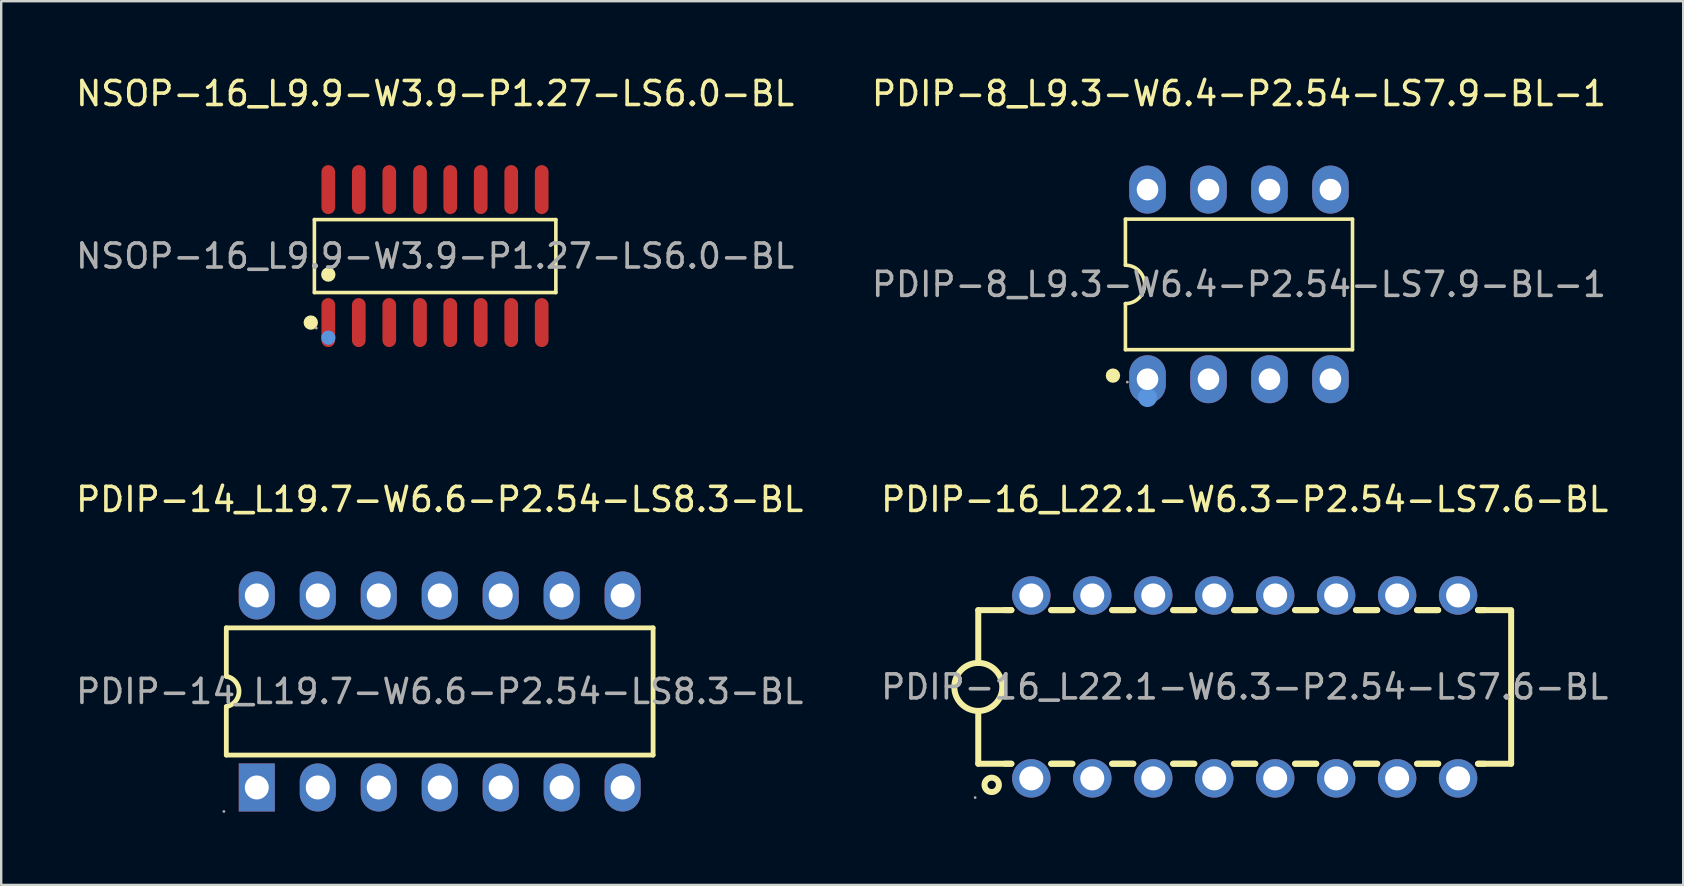
<source format=kicad_pcb>
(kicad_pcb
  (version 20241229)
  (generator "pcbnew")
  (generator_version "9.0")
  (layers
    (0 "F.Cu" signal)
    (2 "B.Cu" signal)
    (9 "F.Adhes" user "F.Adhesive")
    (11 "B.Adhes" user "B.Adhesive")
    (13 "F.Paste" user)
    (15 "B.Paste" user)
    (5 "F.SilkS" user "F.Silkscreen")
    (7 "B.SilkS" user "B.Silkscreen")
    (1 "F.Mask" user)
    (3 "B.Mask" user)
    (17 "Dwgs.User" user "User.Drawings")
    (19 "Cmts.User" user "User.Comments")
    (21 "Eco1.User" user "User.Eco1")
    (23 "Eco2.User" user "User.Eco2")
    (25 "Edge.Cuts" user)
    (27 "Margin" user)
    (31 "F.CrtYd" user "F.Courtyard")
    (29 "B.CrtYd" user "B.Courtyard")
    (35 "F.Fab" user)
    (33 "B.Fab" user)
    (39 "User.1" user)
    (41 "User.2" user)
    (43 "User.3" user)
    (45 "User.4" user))
  (footprint "PDIP-14_L19.7-W6.6-P2.54-LS8.3-BL"
    (layer "F.Cu")
    (at 15.268 25.756)
    (property "Reference" "PDIP-14_L19.7-W6.6-P2.54-LS8.3-BL" (at 0 -8 0) (layer "F.SilkS") (effects (font (size 1 1) (thickness 0.15))))
    (attr through_hole)
    (fp_line (start -8.89 -2.65) (end -8.89 -0.63) (stroke (width 0.2) (type solid)) (layer "F.SilkS"))
    (fp_line (start -8.89 0.63) (end -8.89 2.65) (stroke (width 0.2) (type solid)) (layer "F.SilkS"))
    (fp_line (start -8.89 2.65) (end 8.89 2.65) (stroke (width 0.2) (type solid)) (layer "F.SilkS"))
    (fp_line (start 8.89 -2.65) (end -8.89 -2.65) (stroke (width 0.2) (type solid)) (layer "F.SilkS"))
    (fp_line (start 8.89 2.65) (end 8.89 -2.65) (stroke (width 0.2) (type solid)) (layer "F.SilkS"))
    (fp_arc (start -8.89 -0.63) (mid -8.360474 -0.002632) (end -8.884818 0.629073) (stroke (width 0.2) (type solid)) (layer "F.SilkS"))
    (fp_circle (center -8.99 5) (end -8.96 5) (stroke (width 0.06) (type solid)) (fill no) (layer "F.Fab"))
    (fp_circle (center -7.62 -4) (end -7.42 -4) (stroke (width 0.4) (type solid)) (fill no) (layer "F.Fab"))
    (fp_circle (center -7.62 4) (end -7.42 4) (stroke (width 0.4) (type solid)) (fill no) (layer "F.Fab"))
    (fp_circle (center -5.08 -4) (end -4.88 -4) (stroke (width 0.4) (type solid)) (fill no) (layer "F.Fab"))
    (fp_circle (center -5.08 4) (end -4.88 4) (stroke (width 0.4) (type solid)) (fill no) (layer "F.Fab"))
    (fp_circle (center -2.54 -4) (end -2.34 -4) (stroke (width 0.4) (type solid)) (fill no) (layer "F.Fab"))
    (fp_circle (center -2.54 4) (end -2.34 4) (stroke (width 0.4) (type solid)) (fill no) (layer "F.Fab"))
    (fp_circle (center 0 -4) (end 0.2 -4) (stroke (width 0.4) (type solid)) (fill no) (layer "F.Fab"))
    (fp_circle (center 0 4) (end 0.2 4) (stroke (width 0.4) (type solid)) (fill no) (layer "F.Fab"))
    (fp_circle (center 2.54 -4) (end 2.74 -4) (stroke (width 0.4) (type solid)) (fill no) (layer "F.Fab"))
    (fp_circle (center 2.54 4) (end 2.74 4) (stroke (width 0.4) (type solid)) (fill no) (layer "F.Fab"))
    (fp_circle (center 5.08 -4) (end 5.28 -4) (stroke (width 0.4) (type solid)) (fill no) (layer "F.Fab"))
    (fp_circle (center 5.08 4) (end 5.28 4) (stroke (width 0.4) (type solid)) (fill no) (layer "F.Fab"))
    (fp_circle (center 7.62 -4) (end 7.82 -4) (stroke (width 0.4) (type solid)) (fill no) (layer "F.Fab"))
    (fp_circle (center 7.62 4) (end 7.82 4) (stroke (width 0.4) (type solid)) (fill no) (layer "F.Fab"))
    (fp_text user "${REFERENCE}" (at 0 0 0) (layer "F.Fab") (effects (font (size 1 1) (thickness 0.15))))
    (pad "1" thru_hole rect (at -7.62 4 90) (size 2 1.5) (drill 1) (layers "*.Cu" "*.Paste" "*.Mask"))
    (pad "2" thru_hole oval (at -5.08 4 90) (size 2 1.5) (drill 1) (layers "*.Cu" "*.Paste" "*.Mask"))
    (pad "3" thru_hole oval (at -2.54 4 90) (size 2 1.5) (drill 1) (layers "*.Cu" "*.Paste" "*.Mask"))
    (pad "4" thru_hole oval (at 0 4 90) (size 2 1.5) (drill 1) (layers "*.Cu" "*.Paste" "*.Mask"))
    (pad "5" thru_hole oval (at 2.54 4 90) (size 2 1.5) (drill 1) (layers "*.Cu" "*.Paste" "*.Mask"))
    (pad "6" thru_hole oval (at 5.08 4 90) (size 2 1.5) (drill 1) (layers "*.Cu" "*.Paste" "*.Mask"))
    (pad "7" thru_hole oval (at 7.62 4 90) (size 2 1.5) (drill 1) (layers "*.Cu" "*.Paste" "*.Mask"))
    (pad "8" thru_hole oval (at 7.62 -4 90) (size 2 1.5) (drill 1) (layers "*.Cu" "*.Paste" "*.Mask"))
    (pad "9" thru_hole oval (at 5.08 -4 90) (size 2 1.5) (drill 1) (layers "*.Cu" "*.Paste" "*.Mask"))
    (pad "10" thru_hole oval (at 2.54 -4 90) (size 2 1.5) (drill 1) (layers "*.Cu" "*.Paste" "*.Mask"))
    (pad "11" thru_hole oval (at 0 -4 90) (size 2 1.5) (drill 1) (layers "*.Cu" "*.Paste" "*.Mask"))
    (pad "12" thru_hole oval (at -2.54 -4 90) (size 2 1.5) (drill 1) (layers "*.Cu" "*.Paste" "*.Mask"))
    (pad "13" thru_hole oval (at -5.08 -4 90) (size 2 1.5) (drill 1) (layers "*.Cu" "*.Paste" "*.Mask"))
    (pad "14" thru_hole oval (at -7.62 -4 90) (size 2 1.5) (drill 1) (layers "*.Cu" "*.Paste" "*.Mask")))
  (footprint "PDIP-8_L9.3-W6.4-P2.54-LS7.9-BL-1"
    (layer "F.Cu")
    (at 48.565 8.798)
    (property "Reference" "PDIP-8_L9.3-W6.4-P2.54-LS7.9-BL-1" (at 0 -7.95 0) (layer "F.SilkS") (effects (font (size 1 1) (thickness 0.15))))
    (attr through_hole)
    (fp_line (start -4.73 -2.72) (end -4.73 -0.8) (stroke (width 0.15) (type solid)) (layer "F.SilkS"))
    (fp_line (start -4.73 0.8) (end -4.73 2.72) (stroke (width 0.15) (type solid)) (layer "F.SilkS"))
    (fp_line (start -4.73 2.72) (end 4.73 2.72) (stroke (width 0.15) (type solid)) (layer "F.SilkS"))
    (fp_line (start 4.73 -2.72) (end -4.73 -2.72) (stroke (width 0.15) (type solid)) (layer "F.SilkS"))
    (fp_line (start 4.73 2.72) (end 4.73 -2.72) (stroke (width 0.15) (type solid)) (layer "F.SilkS"))
    (fp_arc (start -4.73 -0.8) (mid -3.93 0) (end -4.73 0.8) (stroke (width 0.15) (type solid)) (layer "F.SilkS"))
    (fp_circle (center -5.25 3.8) (end -5.1 3.8) (stroke (width 0.3) (type solid)) (fill no) (layer "F.SilkS"))
    (fp_circle (center -3.81 4.71) (end -3.61 4.71) (stroke (width 0.4) (type solid)) (fill no) (layer "Cmts.User"))
    (fp_circle (center -4.65 4.07) (end -4.62 4.07) (stroke (width 0.06) (type solid)) (fill no) (layer "F.Fab"))
    (fp_text user "${REFERENCE}" (at 0 0 0) (layer "F.Fab") (effects (font (size 1 1) (thickness 0.15))))
    (pad "1" thru_hole oval (at -3.81 3.95) (size 1.52 2) (drill 0.9) (layers "*.Cu" "*.Paste" "*.Mask"))
    (pad "2" thru_hole oval (at -1.27 3.95) (size 1.52 2) (drill 0.9) (layers "*.Cu" "*.Paste" "*.Mask"))
    (pad "3" thru_hole oval (at 1.27 3.95) (size 1.52 2) (drill 0.9) (layers "*.Cu" "*.Paste" "*.Mask"))
    (pad "4" thru_hole oval (at 3.81 3.95) (size 1.52 2) (drill 0.9) (layers "*.Cu" "*.Paste" "*.Mask"))
    (pad "5" thru_hole oval (at 3.81 -3.95) (size 1.52 2) (drill 0.9) (layers "*.Cu" "*.Paste" "*.Mask"))
    (pad "6" thru_hole oval (at 1.27 -3.95) (size 1.52 2) (drill 0.9) (layers "*.Cu" "*.Paste" "*.Mask"))
    (pad "7" thru_hole oval (at -1.27 -3.95) (size 1.52 2) (drill 0.9) (layers "*.Cu" "*.Paste" "*.Mask"))
    (pad "8" thru_hole oval (at -3.81 -3.95) (size 1.52 2) (drill 0.9) (layers "*.Cu" "*.Paste" "*.Mask")))
  (footprint "NSOP-16_L9.9-W3.9-P1.27-LS6.0-BL"
    (layer "F.Cu")
    (at 15.077 7.618)
    (property "Reference" "NSOP-16_L9.9-W3.9-P1.27-LS6.0-BL" (at 0 -6.77 0) (layer "F.SilkS") (effects (font (size 1 1) (thickness 0.15))))
    (attr through_hole)
    (fp_line (start -5.03 -1.52) (end 5.03 -1.52) (stroke (width 0.15) (type solid)) (layer "F.SilkS"))
    (fp_line (start -5.03 1.52) (end -5.03 -1.52) (stroke (width 0.15) (type solid)) (layer "F.SilkS"))
    (fp_line (start 5.03 -1.52) (end 5.03 1.52) (stroke (width 0.15) (type solid)) (layer "F.SilkS"))
    (fp_line (start 5.03 1.52) (end -5.03 1.52) (stroke (width 0.15) (type solid)) (layer "F.SilkS"))
    (fp_circle (center -5.18 2.77) (end -5.03 2.77) (stroke (width 0.3) (type solid)) (fill no) (layer "F.SilkS"))
    (fp_circle (center -4.45 0.77) (end -4.3 0.77) (stroke (width 0.3) (type solid)) (fill no) (layer "F.SilkS"))
    (fp_circle (center -4.45 3.4) (end -4.3 3.4) (stroke (width 0.3) (type solid)) (fill no) (layer "Cmts.User"))
    (fp_circle (center -4.95 3) (end -4.92 3) (stroke (width 0.06) (type solid)) (fill no) (layer "F.Fab"))
    (fp_text user "${REFERENCE}" (at 0 0 0) (layer "F.Fab") (effects (font (size 1 1) (thickness 0.15))))
    (pad "1" smd oval (at -4.45 2.77) (size 0.57 2.04) (layers "F.Cu" "F.Mask" "F.Paste"))
    (pad "2" smd oval (at -3.18 2.77) (size 0.57 2.04) (layers "F.Cu" "F.Mask" "F.Paste"))
    (pad "3" smd oval (at -1.91 2.77) (size 0.57 2.04) (layers "F.Cu" "F.Mask" "F.Paste"))
    (pad "4" smd oval (at -0.63 2.77) (size 0.57 2.04) (layers "F.Cu" "F.Mask" "F.Paste"))
    (pad "5" smd oval (at 0.63 2.77) (size 0.57 2.04) (layers "F.Cu" "F.Mask" "F.Paste"))
    (pad "6" smd oval (at 1.9 2.77) (size 0.57 2.04) (layers "F.Cu" "F.Mask" "F.Paste"))
    (pad "7" smd oval (at 3.17 2.77) (size 0.57 2.04) (layers "F.Cu" "F.Mask" "F.Paste"))
    (pad "8" smd oval (at 4.44 2.77) (size 0.57 2.04) (layers "F.Cu" "F.Mask" "F.Paste"))
    (pad "9" smd oval (at 4.44 -2.77) (size 0.57 2.04) (layers "F.Cu" "F.Mask" "F.Paste"))
    (pad "10" smd oval (at 3.17 -2.77) (size 0.57 2.04) (layers "F.Cu" "F.Mask" "F.Paste"))
    (pad "11" smd oval (at 1.9 -2.77) (size 0.57 2.04) (layers "F.Cu" "F.Mask" "F.Paste"))
    (pad "12" smd oval (at 0.63 -2.77) (size 0.57 2.04) (layers "F.Cu" "F.Mask" "F.Paste"))
    (pad "13" smd oval (at -0.63 -2.77) (size 0.57 2.04) (layers "F.Cu" "F.Mask" "F.Paste"))
    (pad "14" smd oval (at -1.91 -2.77) (size 0.57 2.04) (layers "F.Cu" "F.Mask" "F.Paste"))
    (pad "15" smd oval (at -3.18 -2.77) (size 0.57 2.04) (layers "F.Cu" "F.Mask" "F.Paste"))
    (pad "16" smd oval (at -4.45 -2.77) (size 0.57 2.04) (layers "F.Cu" "F.Mask" "F.Paste")))
  (footprint "PDIP-16_L22.1-W6.3-P2.54-LS7.6-BL"
    (layer "F.Cu")
    (at 48.804 25.567)
    (property "Reference" "PDIP-16_L22.1-W6.3-P2.54-LS7.6-BL" (at 0 -7.81 0) (layer "F.SilkS") (effects (font (size 1 1) (thickness 0.15))))
    (attr through_hole)
    (fp_line (start -11.1 -3.2) (end -9.72 -3.2) (stroke (width 0.25) (type solid)) (layer "F.SilkS"))
    (fp_line (start -11.1 -1) (end -11.1 -3.2) (stroke (width 0.25) (type solid)) (layer "F.SilkS"))
    (fp_line (start -11.1 3.2) (end -11.1 1) (stroke (width 0.25) (type solid)) (layer "F.SilkS"))
    (fp_line (start -11.1 3.2) (end -9.72 3.2) (stroke (width 0.25) (type solid)) (layer "F.SilkS"))
    (fp_line (start -10 -3.2) (end -9.72 -3.2) (stroke (width 0.25) (type solid)) (layer "F.SilkS"))
    (fp_line (start -10 3.2) (end -9.72 3.2) (stroke (width 0.25) (type solid)) (layer "F.SilkS"))
    (fp_line (start -8.06 -3.2) (end -7.18 -3.2) (stroke (width 0.25) (type solid)) (layer "F.SilkS"))
    (fp_line (start -8.06 -3.2) (end -7.18 -3.2) (stroke (width 0.25) (type solid)) (layer "F.SilkS"))
    (fp_line (start -8.06 3.2) (end -7.18 3.2) (stroke (width 0.25) (type solid)) (layer "F.SilkS"))
    (fp_line (start -8.06 3.2) (end -7.18 3.2) (stroke (width 0.25) (type solid)) (layer "F.SilkS"))
    (fp_line (start -5.52 -3.2) (end -4.64 -3.2) (stroke (width 0.25) (type solid)) (layer "F.SilkS"))
    (fp_line (start -5.52 -3.2) (end -4.64 -3.2) (stroke (width 0.25) (type solid)) (layer "F.SilkS"))
    (fp_line (start -5.52 3.2) (end -4.64 3.2) (stroke (width 0.25) (type solid)) (layer "F.SilkS"))
    (fp_line (start -5.52 3.2) (end -4.64 3.2) (stroke (width 0.25) (type solid)) (layer "F.SilkS"))
    (fp_line (start -2.98 -3.2) (end -2.1 -3.2) (stroke (width 0.25) (type solid)) (layer "F.SilkS"))
    (fp_line (start -2.98 -3.2) (end -2.1 -3.2) (stroke (width 0.25) (type solid)) (layer "F.SilkS"))
    (fp_line (start -2.98 3.2) (end -2.1 3.2) (stroke (width 0.25) (type solid)) (layer "F.SilkS"))
    (fp_line (start -2.98 3.2) (end -2.1 3.2) (stroke (width 0.25) (type solid)) (layer "F.SilkS"))
    (fp_line (start -0.44 -3.2) (end 0.44 -3.2) (stroke (width 0.25) (type solid)) (layer "F.SilkS"))
    (fp_line (start -0.44 -3.2) (end 0.44 -3.2) (stroke (width 0.25) (type solid)) (layer "F.SilkS"))
    (fp_line (start -0.44 3.2) (end 0.44 3.2) (stroke (width 0.25) (type solid)) (layer "F.SilkS"))
    (fp_line (start -0.44 3.2) (end 0.44 3.2) (stroke (width 0.25) (type solid)) (layer "F.SilkS"))
    (fp_line (start 2.1 -3.2) (end 2.98 -3.2) (stroke (width 0.25) (type solid)) (layer "F.SilkS"))
    (fp_line (start 2.1 -3.2) (end 2.98 -3.2) (stroke (width 0.25) (type solid)) (layer "F.SilkS"))
    (fp_line (start 2.1 3.2) (end 2.98 3.2) (stroke (width 0.25) (type solid)) (layer "F.SilkS"))
    (fp_line (start 2.1 3.2) (end 2.98 3.2) (stroke (width 0.25) (type solid)) (layer "F.SilkS"))
    (fp_line (start 4.64 -3.2) (end 5.52 -3.2) (stroke (width 0.25) (type solid)) (layer "F.SilkS"))
    (fp_line (start 4.64 -3.2) (end 5.52 -3.2) (stroke (width 0.25) (type solid)) (layer "F.SilkS"))
    (fp_line (start 4.64 3.2) (end 5.52 3.2) (stroke (width 0.25) (type solid)) (layer "F.SilkS"))
    (fp_line (start 4.64 3.2) (end 5.52 3.2) (stroke (width 0.25) (type solid)) (layer "F.SilkS"))
    (fp_line (start 7.18 -3.2) (end 8.06 -3.2) (stroke (width 0.25) (type solid)) (layer "F.SilkS"))
    (fp_line (start 7.18 -3.2) (end 8.06 -3.2) (stroke (width 0.25) (type solid)) (layer "F.SilkS"))
    (fp_line (start 7.18 3.2) (end 8.06 3.2) (stroke (width 0.25) (type solid)) (layer "F.SilkS"))
    (fp_line (start 7.18 3.2) (end 8.06 3.2) (stroke (width 0.25) (type solid)) (layer "F.SilkS"))
    (fp_line (start 9.72 -3.2) (end 10 -3.2) (stroke (width 0.25) (type solid)) (layer "F.SilkS"))
    (fp_line (start 9.72 -3.2) (end 11 -3.2) (stroke (width 0.25) (type solid)) (layer "F.SilkS"))
    (fp_line (start 9.72 3.2) (end 10 3.2) (stroke (width 0.25) (type solid)) (layer "F.SilkS"))
    (fp_line (start 9.72 3.2) (end 11.1 3.2) (stroke (width 0.25) (type solid)) (layer "F.SilkS"))
    (fp_line (start 11.1 3.2) (end 11.1 -3.2) (stroke (width 0.25) (type solid)) (layer "F.SilkS"))
    (fp_arc (start -11.117452 0.999848) (mid -11.091274 -0.999962) (end -11.1 1) (stroke (width 0.25) (type solid)) (layer "F.SilkS"))
    (fp_circle (center -10.54 4.08) (end -10.24 4.08) (stroke (width 0.25) (type solid)) (fill no) (layer "F.SilkS"))
    (fp_circle (center -11.23 4.61) (end -11.2 4.61) (stroke (width 0.06) (type solid)) (fill no) (layer "F.Fab"))
    (fp_circle (center -8.89 -3.81) (end -8.69 -3.81) (stroke (width 0.4) (type solid)) (fill no) (layer "F.Fab"))
    (fp_circle (center -8.89 3.81) (end -8.69 3.81) (stroke (width 0.4) (type solid)) (fill no) (layer "F.Fab"))
    (fp_circle (center -6.35 -3.81) (end -6.15 -3.81) (stroke (width 0.4) (type solid)) (fill no) (layer "F.Fab"))
    (fp_circle (center -6.35 3.81) (end -6.15 3.81) (stroke (width 0.4) (type solid)) (fill no) (layer "F.Fab"))
    (fp_circle (center -3.81 -3.81) (end -3.61 -3.81) (stroke (width 0.4) (type solid)) (fill no) (layer "F.Fab"))
    (fp_circle (center -3.81 3.81) (end -3.61 3.81) (stroke (width 0.4) (type solid)) (fill no) (layer "F.Fab"))
    (fp_circle (center -1.27 -3.81) (end -1.07 -3.81) (stroke (width 0.4) (type solid)) (fill no) (layer "F.Fab"))
    (fp_circle (center -1.27 3.81) (end -1.07 3.81) (stroke (width 0.4) (type solid)) (fill no) (layer "F.Fab"))
    (fp_circle (center 1.27 -3.81) (end 1.47 -3.81) (stroke (width 0.4) (type solid)) (fill no) (layer "F.Fab"))
    (fp_circle (center 1.27 3.81) (end 1.47 3.81) (stroke (width 0.4) (type solid)) (fill no) (layer "F.Fab"))
    (fp_circle (center 3.81 -3.81) (end 4.01 -3.81) (stroke (width 0.4) (type solid)) (fill no) (layer "F.Fab"))
    (fp_circle (center 3.81 3.81) (end 4.01 3.81) (stroke (width 0.4) (type solid)) (fill no) (layer "F.Fab"))
    (fp_circle (center 6.35 -3.81) (end 6.55 -3.81) (stroke (width 0.4) (type solid)) (fill no) (layer "F.Fab"))
    (fp_circle (center 6.35 3.81) (end 6.55 3.81) (stroke (width 0.4) (type solid)) (fill no) (layer "F.Fab"))
    (fp_circle (center 8.89 -3.81) (end 9.09 -3.81) (stroke (width 0.4) (type solid)) (fill no) (layer "F.Fab"))
    (fp_circle (center 8.89 3.81) (end 9.09 3.81) (stroke (width 0.4) (type solid)) (fill no) (layer "F.Fab"))
    (fp_text user "${REFERENCE}" (at 0 0 0) (layer "F.Fab") (effects (font (size 1 1) (thickness 0.15))))
    (pad "1" thru_hole circle (at -8.89 3.81 90) (size 1.6 1.6) (drill 1) (layers "*.Cu" "*.Paste" "*.Mask"))
    (pad "2" thru_hole circle (at -6.35 3.81 90) (size 1.6 1.6) (drill 1) (layers "*.Cu" "*.Paste" "*.Mask"))
    (pad "3" thru_hole circle (at -3.81 3.81 90) (size 1.6 1.6) (drill 1) (layers "*.Cu" "*.Paste" "*.Mask"))
    (pad "4" thru_hole circle (at -1.27 3.81 90) (size 1.6 1.6) (drill 1) (layers "*.Cu" "*.Paste" "*.Mask"))
    (pad "5" thru_hole circle (at 1.27 3.81 90) (size 1.6 1.6) (drill 1) (layers "*.Cu" "*.Paste" "*.Mask"))
    (pad "6" thru_hole circle (at 3.81 3.81 90) (size 1.6 1.6) (drill 1) (layers "*.Cu" "*.Paste" "*.Mask"))
    (pad "7" thru_hole circle (at 6.35 3.81 90) (size 1.6 1.6) (drill 1) (layers "*.Cu" "*.Paste" "*.Mask"))
    (pad "8" thru_hole circle (at 8.89 3.81 90) (size 1.6 1.6) (drill 1) (layers "*.Cu" "*.Paste" "*.Mask"))
    (pad "9" thru_hole circle (at 8.89 -3.81 90) (size 1.6 1.6) (drill 1) (layers "*.Cu" "*.Paste" "*.Mask"))
    (pad "10" thru_hole circle (at 6.35 -3.81 90) (size 1.6 1.6) (drill 1) (layers "*.Cu" "*.Paste" "*.Mask"))
    (pad "11" thru_hole circle (at 3.81 -3.81 90) (size 1.6 1.6) (drill 1) (layers "*.Cu" "*.Paste" "*.Mask"))
    (pad "12" thru_hole circle (at 1.27 -3.81 90) (size 1.6 1.6) (drill 1) (layers "*.Cu" "*.Paste" "*.Mask"))
    (pad "13" thru_hole circle (at -1.27 -3.81 90) (size 1.6 1.6) (drill 1) (layers "*.Cu" "*.Paste" "*.Mask"))
    (pad "14" thru_hole circle (at -3.81 -3.81 90) (size 1.6 1.6) (drill 1) (layers "*.Cu" "*.Paste" "*.Mask"))
    (pad "15" thru_hole circle (at -6.35 -3.81 90) (size 1.6 1.6) (drill 1) (layers "*.Cu" "*.Paste" "*.Mask"))
    (pad "16" thru_hole circle (at -8.89 -3.81 90) (size 1.6 1.6) (drill 1) (layers "*.Cu" "*.Paste" "*.Mask")))
  (gr_rect
    (start -3 -3)
    (end 67.071 33.816)
    (stroke (width 0.1) (type default))
    (fill no)
    (layer "Edge.Cuts")))
</source>
